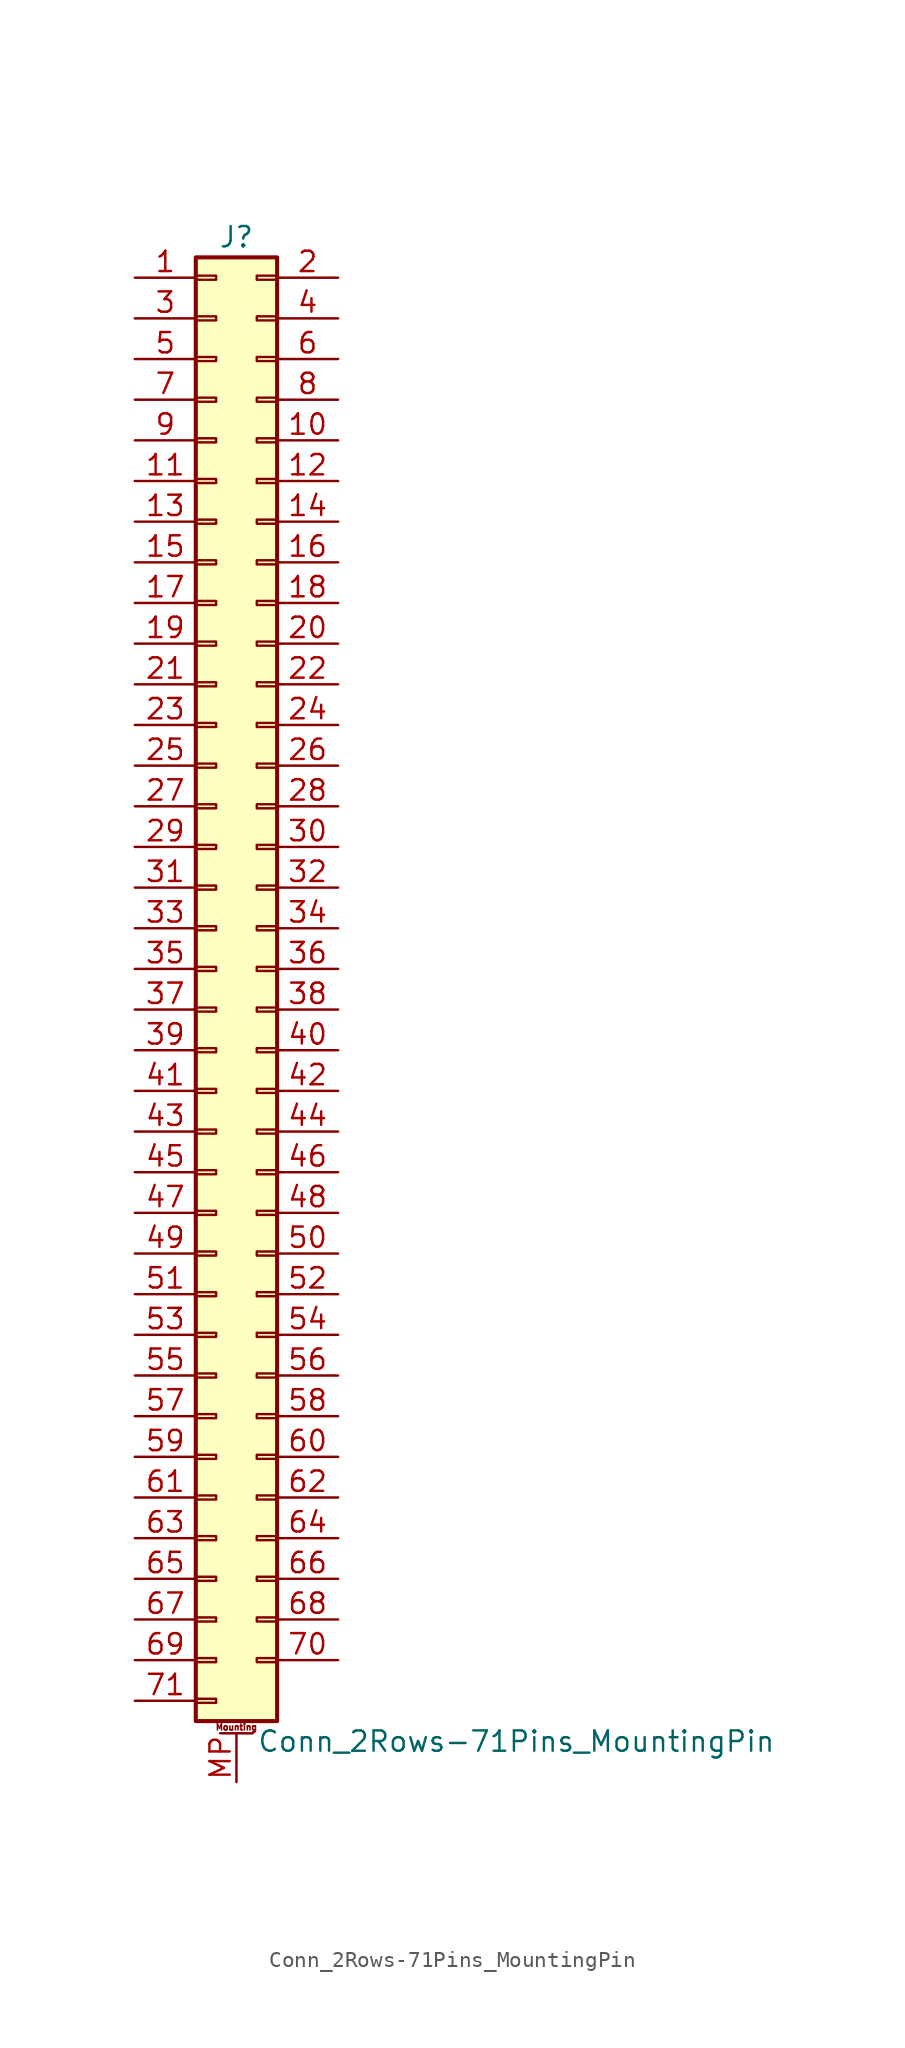
<source format=kicad_sym>
(kicad_symbol_lib
  (version 20200908)
  (generator kicad_symbol_editor)
  (symbol "Connector_Generic_MountingPin:Conn_2Rows-71Pins_MountingPin"
    (pin_names
      (offset 1.016) hide)
    (property "Reference" "J"
      (at 1.27 45.72 0)
      (effects (font (size 1.27 1.27))))
    (property "Value" "Conn_2Rows-71Pins_MountingPin"
      (at 2.54 -48.26 0)
      (effects (font (size 1.27 1.27)) (justify left)))
    (symbol "Conn_2Rows-71Pins_MountingPin_1_1"
      (text "Mounting" (at 1.27 -47.371 0) (effects (font (size 0.381 0.381))))
      (rectangle (start -1.27 -27.813) (end 0 -28.067) (stroke (width 0.152)) (fill (type none)))
      (rectangle (start -1.27 -30.353) (end 0 -30.607) (stroke (width 0.152)) (fill (type none)))
      (rectangle (start -1.27 -32.893) (end 0 -33.147) (stroke (width 0.152)) (fill (type none)))
      (rectangle (start -1.27 -35.433) (end 0 -35.687) (stroke (width 0.152)) (fill (type none)))
      (rectangle (start -1.27 -37.973) (end 0 -38.227) (stroke (width 0.152)) (fill (type none)))
      (rectangle (start -1.27 -40.513) (end 0 -40.767) (stroke (width 0.152)) (fill (type none)))
      (rectangle (start -1.27 -43.053) (end 0 -43.307) (stroke (width 0.152)) (fill (type none)))
      (rectangle (start -1.27 -45.593) (end 0 -45.847) (stroke (width 0.152)) (fill (type none)))
      (rectangle (start -1.27 -4.953) (end 0 -5.207) (stroke (width 0.152)) (fill (type none)))
      (rectangle (start -1.27 -7.493) (end 0 -7.747) (stroke (width 0.152)) (fill (type none)))
      (rectangle (start -1.27 -10.033) (end 0 -10.287) (stroke (width 0.152)) (fill (type none)))
      (rectangle (start -1.27 -12.573) (end 0 -12.827) (stroke (width 0.152)) (fill (type none)))
      (rectangle (start -1.27 -15.113) (end 0 -15.367) (stroke (width 0.152)) (fill (type none)))
      (rectangle (start -1.27 -17.653) (end 0 -17.907) (stroke (width 0.152)) (fill (type none)))
      (rectangle (start -1.27 -20.193) (end 0 -20.447) (stroke (width 0.152)) (fill (type none)))
      (rectangle (start -1.27 -22.733) (end 0 -22.987) (stroke (width 0.152)) (fill (type none)))
      (rectangle (start -1.27 -2.413) (end 0 -2.667) (stroke (width 0.152)) (fill (type none)))
      (rectangle (start -1.27 -25.273) (end 0 -25.527) (stroke (width 0.152)) (fill (type none)))
      (rectangle (start -1.27 25.527) (end 0 25.273) (stroke (width 0.152)) (fill (type none)))
      (rectangle (start -1.27 2.667) (end 0 2.413) (stroke (width 0.152)) (fill (type none)))
      (rectangle (start -1.27 28.067) (end 0 27.813) (stroke (width 0.152)) (fill (type none)))
      (rectangle (start -1.27 30.607) (end 0 30.353) (stroke (width 0.152)) (fill (type none)))
      (rectangle (start -1.27 33.147) (end 0 32.893) (stroke (width 0.152)) (fill (type none)))
      (rectangle (start -1.27 35.687) (end 0 35.433) (stroke (width 0.152)) (fill (type none)))
      (rectangle (start -1.27 38.227) (end 0 37.973) (stroke (width 0.152)) (fill (type none)))
      (rectangle (start -1.27 40.767) (end 0 40.513) (stroke (width 0.152)) (fill (type none)))
      (rectangle (start -1.27 43.307) (end 0 43.053) (stroke (width 0.152)) (fill (type none)))
      (rectangle (start -1.27 44.45) (end 3.81 -46.99) (stroke (width 0.254)) (fill (type background)))
      (rectangle (start -1.27 5.207) (end 0 4.953) (stroke (width 0.152)) (fill (type none)))
      (rectangle (start -1.27 7.747) (end 0 7.493) (stroke (width 0.152)) (fill (type none)))
      (rectangle (start -1.27 10.287) (end 0 10.033) (stroke (width 0.152)) (fill (type none)))
      (rectangle (start -1.27 0.127) (end 0 -0.127) (stroke (width 0.152)) (fill (type none)))
      (rectangle (start -1.27 12.827) (end 0 12.573) (stroke (width 0.152)) (fill (type none)))
      (rectangle (start -1.27 15.367) (end 0 15.113) (stroke (width 0.152)) (fill (type none)))
      (rectangle (start -1.27 17.907) (end 0 17.653) (stroke (width 0.152)) (fill (type none)))
      (rectangle (start -1.27 20.447) (end 0 20.193) (stroke (width 0.152)) (fill (type none)))
      (rectangle (start -1.27 22.987) (end 0 22.733) (stroke (width 0.152)) (fill (type none)))
      (rectangle (start 3.81 -27.813) (end 2.54 -28.067) (stroke (width 0.152)) (fill (type none)))
      (rectangle (start 3.81 -30.353) (end 2.54 -30.607) (stroke (width 0.152)) (fill (type none)))
      (rectangle (start 3.81 -32.893) (end 2.54 -33.147) (stroke (width 0.152)) (fill (type none)))
      (rectangle (start 3.81 -35.433) (end 2.54 -35.687) (stroke (width 0.152)) (fill (type none)))
      (rectangle (start 3.81 -37.973) (end 2.54 -38.227) (stroke (width 0.152)) (fill (type none)))
      (rectangle (start 3.81 -40.513) (end 2.54 -40.767) (stroke (width 0.152)) (fill (type none)))
      (rectangle (start 3.81 -43.053) (end 2.54 -43.307) (stroke (width 0.152)) (fill (type none)))
      (rectangle (start 3.81 -4.953) (end 2.54 -5.207) (stroke (width 0.152)) (fill (type none)))
      (rectangle (start 3.81 -7.493) (end 2.54 -7.747) (stroke (width 0.152)) (fill (type none)))
      (rectangle (start 3.81 -10.033) (end 2.54 -10.287) (stroke (width 0.152)) (fill (type none)))
      (rectangle (start 3.81 -12.573) (end 2.54 -12.827) (stroke (width 0.152)) (fill (type none)))
      (rectangle (start 3.81 -15.113) (end 2.54 -15.367) (stroke (width 0.152)) (fill (type none)))
      (rectangle (start 3.81 -17.653) (end 2.54 -17.907) (stroke (width 0.152)) (fill (type none)))
      (rectangle (start 3.81 -20.193) (end 2.54 -20.447) (stroke (width 0.152)) (fill (type none)))
      (rectangle (start 3.81 -22.733) (end 2.54 -22.987) (stroke (width 0.152)) (fill (type none)))
      (rectangle (start 3.81 -2.413) (end 2.54 -2.667) (stroke (width 0.152)) (fill (type none)))
      (rectangle (start 3.81 -25.273) (end 2.54 -25.527) (stroke (width 0.152)) (fill (type none)))
      (rectangle (start 3.81 25.527) (end 2.54 25.273) (stroke (width 0.152)) (fill (type none)))
      (rectangle (start 3.81 2.667) (end 2.54 2.413) (stroke (width 0.152)) (fill (type none)))
      (rectangle (start 3.81 28.067) (end 2.54 27.813) (stroke (width 0.152)) (fill (type none)))
      (rectangle (start 3.81 30.607) (end 2.54 30.353) (stroke (width 0.152)) (fill (type none)))
      (rectangle (start 3.81 33.147) (end 2.54 32.893) (stroke (width 0.152)) (fill (type none)))
      (rectangle (start 3.81 35.687) (end 2.54 35.433) (stroke (width 0.152)) (fill (type none)))
      (rectangle (start 3.81 38.227) (end 2.54 37.973) (stroke (width 0.152)) (fill (type none)))
      (rectangle (start 3.81 40.767) (end 2.54 40.513) (stroke (width 0.152)) (fill (type none)))
      (rectangle (start 3.81 43.307) (end 2.54 43.053) (stroke (width 0.152)) (fill (type none)))
      (rectangle (start 3.81 5.207) (end 2.54 4.953) (stroke (width 0.152)) (fill (type none)))
      (rectangle (start 3.81 7.747) (end 2.54 7.493) (stroke (width 0.152)) (fill (type none)))
      (rectangle (start 3.81 10.287) (end 2.54 10.033) (stroke (width 0.152)) (fill (type none)))
      (rectangle (start 3.81 0.127) (end 2.54 -0.127) (stroke (width 0.152)) (fill (type none)))
      (rectangle (start 3.81 12.827) (end 2.54 12.573) (stroke (width 0.152)) (fill (type none)))
      (rectangle (start 3.81 15.367) (end 2.54 15.113) (stroke (width 0.152)) (fill (type none)))
      (rectangle (start 3.81 17.907) (end 2.54 17.653) (stroke (width 0.152)) (fill (type none)))
      (rectangle (start 3.81 20.447) (end 2.54 20.193) (stroke (width 0.152)) (fill (type none)))
      (rectangle (start 3.81 22.987) (end 2.54 22.733) (stroke (width 0.152)) (fill (type none)))
      (polyline (pts (xy 0.254 -47.752) (xy 2.286 -47.752)) (stroke (width 0.152)) (fill (type none)))
      (pin passive line (at 1.27 -50.8 90) (length 3.048) (name "MountPin" (effects (font (size 1.27 1.27)))) (number "MP" (effects (font (size 1.27 1.27)))))
      (pin passive line (at -5.08 43.18 0) (length 3.81) (name "Pin_1" (effects (font (size 1.27 1.27)))) (number "1" (effects (font (size 1.27 1.27)))))
      (pin passive line (at 7.62 33.02 180) (length 3.81) (name "Pin_10" (effects (font (size 1.27 1.27)))) (number "10" (effects (font (size 1.27 1.27)))))
      (pin passive line (at -5.08 30.48 0) (length 3.81) (name "Pin_11" (effects (font (size 1.27 1.27)))) (number "11" (effects (font (size 1.27 1.27)))))
      (pin passive line (at 7.62 30.48 180) (length 3.81) (name "Pin_12" (effects (font (size 1.27 1.27)))) (number "12" (effects (font (size 1.27 1.27)))))
      (pin passive line (at -5.08 27.94 0) (length 3.81) (name "Pin_13" (effects (font (size 1.27 1.27)))) (number "13" (effects (font (size 1.27 1.27)))))
      (pin passive line (at 7.62 27.94 180) (length 3.81) (name "Pin_14" (effects (font (size 1.27 1.27)))) (number "14" (effects (font (size 1.27 1.27)))))
      (pin passive line (at -5.08 25.4 0) (length 3.81) (name "Pin_15" (effects (font (size 1.27 1.27)))) (number "15" (effects (font (size 1.27 1.27)))))
      (pin passive line (at 7.62 25.4 180) (length 3.81) (name "Pin_16" (effects (font (size 1.27 1.27)))) (number "16" (effects (font (size 1.27 1.27)))))
      (pin passive line (at -5.08 22.86 0) (length 3.81) (name "Pin_17" (effects (font (size 1.27 1.27)))) (number "17" (effects (font (size 1.27 1.27)))))
      (pin passive line (at 7.62 22.86 180) (length 3.81) (name "Pin_18" (effects (font (size 1.27 1.27)))) (number "18" (effects (font (size 1.27 1.27)))))
      (pin passive line (at -5.08 20.32 0) (length 3.81) (name "Pin_19" (effects (font (size 1.27 1.27)))) (number "19" (effects (font (size 1.27 1.27)))))
      (pin passive line (at 7.62 43.18 180) (length 3.81) (name "Pin_2" (effects (font (size 1.27 1.27)))) (number "2" (effects (font (size 1.27 1.27)))))
      (pin passive line (at 7.62 20.32 180) (length 3.81) (name "Pin_20" (effects (font (size 1.27 1.27)))) (number "20" (effects (font (size 1.27 1.27)))))
      (pin passive line (at -5.08 17.78 0) (length 3.81) (name "Pin_21" (effects (font (size 1.27 1.27)))) (number "21" (effects (font (size 1.27 1.27)))))
      (pin passive line (at 7.62 17.78 180) (length 3.81) (name "Pin_22" (effects (font (size 1.27 1.27)))) (number "22" (effects (font (size 1.27 1.27)))))
      (pin passive line (at -5.08 15.24 0) (length 3.81) (name "Pin_23" (effects (font (size 1.27 1.27)))) (number "23" (effects (font (size 1.27 1.27)))))
      (pin passive line (at 7.62 15.24 180) (length 3.81) (name "Pin_24" (effects (font (size 1.27 1.27)))) (number "24" (effects (font (size 1.27 1.27)))))
      (pin passive line (at -5.08 12.7 0) (length 3.81) (name "Pin_25" (effects (font (size 1.27 1.27)))) (number "25" (effects (font (size 1.27 1.27)))))
      (pin passive line (at 7.62 12.7 180) (length 3.81) (name "Pin_26" (effects (font (size 1.27 1.27)))) (number "26" (effects (font (size 1.27 1.27)))))
      (pin passive line (at -5.08 10.16 0) (length 3.81) (name "Pin_27" (effects (font (size 1.27 1.27)))) (number "27" (effects (font (size 1.27 1.27)))))
      (pin passive line (at 7.62 10.16 180) (length 3.81) (name "Pin_28" (effects (font (size 1.27 1.27)))) (number "28" (effects (font (size 1.27 1.27)))))
      (pin passive line (at -5.08 7.62 0) (length 3.81) (name "Pin_29" (effects (font (size 1.27 1.27)))) (number "29" (effects (font (size 1.27 1.27)))))
      (pin passive line (at -5.08 40.64 0) (length 3.81) (name "Pin_3" (effects (font (size 1.27 1.27)))) (number "3" (effects (font (size 1.27 1.27)))))
      (pin passive line (at 7.62 7.62 180) (length 3.81) (name "Pin_30" (effects (font (size 1.27 1.27)))) (number "30" (effects (font (size 1.27 1.27)))))
      (pin passive line (at -5.08 5.08 0) (length 3.81) (name "Pin_31" (effects (font (size 1.27 1.27)))) (number "31" (effects (font (size 1.27 1.27)))))
      (pin passive line (at 7.62 5.08 180) (length 3.81) (name "Pin_32" (effects (font (size 1.27 1.27)))) (number "32" (effects (font (size 1.27 1.27)))))
      (pin passive line (at -5.08 2.54 0) (length 3.81) (name "Pin_33" (effects (font (size 1.27 1.27)))) (number "33" (effects (font (size 1.27 1.27)))))
      (pin passive line (at 7.62 2.54 180) (length 3.81) (name "Pin_34" (effects (font (size 1.27 1.27)))) (number "34" (effects (font (size 1.27 1.27)))))
      (pin passive line (at -5.08 0 0) (length 3.81) (name "Pin_35" (effects (font (size 1.27 1.27)))) (number "35" (effects (font (size 1.27 1.27)))))
      (pin passive line (at 7.62 0 180) (length 3.81) (name "Pin_36" (effects (font (size 1.27 1.27)))) (number "36" (effects (font (size 1.27 1.27)))))
      (pin passive line (at -5.08 -2.54 0) (length 3.81) (name "Pin_37" (effects (font (size 1.27 1.27)))) (number "37" (effects (font (size 1.27 1.27)))))
      (pin passive line (at 7.62 -2.54 180) (length 3.81) (name "Pin_38" (effects (font (size 1.27 1.27)))) (number "38" (effects (font (size 1.27 1.27)))))
      (pin passive line (at -5.08 -5.08 0) (length 3.81) (name "Pin_39" (effects (font (size 1.27 1.27)))) (number "39" (effects (font (size 1.27 1.27)))))
      (pin passive line (at 7.62 40.64 180) (length 3.81) (name "Pin_4" (effects (font (size 1.27 1.27)))) (number "4" (effects (font (size 1.27 1.27)))))
      (pin passive line (at 7.62 -5.08 180) (length 3.81) (name "Pin_40" (effects (font (size 1.27 1.27)))) (number "40" (effects (font (size 1.27 1.27)))))
      (pin passive line (at -5.08 -7.62 0) (length 3.81) (name "Pin_41" (effects (font (size 1.27 1.27)))) (number "41" (effects (font (size 1.27 1.27)))))
      (pin passive line (at 7.62 -7.62 180) (length 3.81) (name "Pin_42" (effects (font (size 1.27 1.27)))) (number "42" (effects (font (size 1.27 1.27)))))
      (pin passive line (at -5.08 -10.16 0) (length 3.81) (name "Pin_43" (effects (font (size 1.27 1.27)))) (number "43" (effects (font (size 1.27 1.27)))))
      (pin passive line (at 7.62 -10.16 180) (length 3.81) (name "Pin_44" (effects (font (size 1.27 1.27)))) (number "44" (effects (font (size 1.27 1.27)))))
      (pin passive line (at -5.08 -12.7 0) (length 3.81) (name "Pin_45" (effects (font (size 1.27 1.27)))) (number "45" (effects (font (size 1.27 1.27)))))
      (pin passive line (at 7.62 -12.7 180) (length 3.81) (name "Pin_46" (effects (font (size 1.27 1.27)))) (number "46" (effects (font (size 1.27 1.27)))))
      (pin passive line (at -5.08 -15.24 0) (length 3.81) (name "Pin_47" (effects (font (size 1.27 1.27)))) (number "47" (effects (font (size 1.27 1.27)))))
      (pin passive line (at 7.62 -15.24 180) (length 3.81) (name "Pin_48" (effects (font (size 1.27 1.27)))) (number "48" (effects (font (size 1.27 1.27)))))
      (pin passive line (at -5.08 -17.78 0) (length 3.81) (name "Pin_49" (effects (font (size 1.27 1.27)))) (number "49" (effects (font (size 1.27 1.27)))))
      (pin passive line (at -5.08 38.1 0) (length 3.81) (name "Pin_5" (effects (font (size 1.27 1.27)))) (number "5" (effects (font (size 1.27 1.27)))))
      (pin passive line (at 7.62 -17.78 180) (length 3.81) (name "Pin_50" (effects (font (size 1.27 1.27)))) (number "50" (effects (font (size 1.27 1.27)))))
      (pin passive line (at -5.08 -20.32 0) (length 3.81) (name "Pin_51" (effects (font (size 1.27 1.27)))) (number "51" (effects (font (size 1.27 1.27)))))
      (pin passive line (at 7.62 -20.32 180) (length 3.81) (name "Pin_52" (effects (font (size 1.27 1.27)))) (number "52" (effects (font (size 1.27 1.27)))))
      (pin passive line (at -5.08 -22.86 0) (length 3.81) (name "Pin_53" (effects (font (size 1.27 1.27)))) (number "53" (effects (font (size 1.27 1.27)))))
      (pin passive line (at 7.62 -22.86 180) (length 3.81) (name "Pin_54" (effects (font (size 1.27 1.27)))) (number "54" (effects (font (size 1.27 1.27)))))
      (pin passive line (at -5.08 -25.4 0) (length 3.81) (name "Pin_55" (effects (font (size 1.27 1.27)))) (number "55" (effects (font (size 1.27 1.27)))))
      (pin passive line (at 7.62 -25.4 180) (length 3.81) (name "Pin_56" (effects (font (size 1.27 1.27)))) (number "56" (effects (font (size 1.27 1.27)))))
      (pin passive line (at -5.08 -27.94 0) (length 3.81) (name "Pin_57" (effects (font (size 1.27 1.27)))) (number "57" (effects (font (size 1.27 1.27)))))
      (pin passive line (at 7.62 -27.94 180) (length 3.81) (name "Pin_58" (effects (font (size 1.27 1.27)))) (number "58" (effects (font (size 1.27 1.27)))))
      (pin passive line (at -5.08 -30.48 0) (length 3.81) (name "Pin_59" (effects (font (size 1.27 1.27)))) (number "59" (effects (font (size 1.27 1.27)))))
      (pin passive line (at 7.62 38.1 180) (length 3.81) (name "Pin_6" (effects (font (size 1.27 1.27)))) (number "6" (effects (font (size 1.27 1.27)))))
      (pin passive line (at 7.62 -30.48 180) (length 3.81) (name "Pin_60" (effects (font (size 1.27 1.27)))) (number "60" (effects (font (size 1.27 1.27)))))
      (pin passive line (at -5.08 -33.02 0) (length 3.81) (name "Pin_61" (effects (font (size 1.27 1.27)))) (number "61" (effects (font (size 1.27 1.27)))))
      (pin passive line (at 7.62 -33.02 180) (length 3.81) (name "Pin_62" (effects (font (size 1.27 1.27)))) (number "62" (effects (font (size 1.27 1.27)))))
      (pin passive line (at -5.08 -35.56 0) (length 3.81) (name "Pin_63" (effects (font (size 1.27 1.27)))) (number "63" (effects (font (size 1.27 1.27)))))
      (pin passive line (at 7.62 -35.56 180) (length 3.81) (name "Pin_64" (effects (font (size 1.27 1.27)))) (number "64" (effects (font (size 1.27 1.27)))))
      (pin passive line (at -5.08 -38.1 0) (length 3.81) (name "Pin_65" (effects (font (size 1.27 1.27)))) (number "65" (effects (font (size 1.27 1.27)))))
      (pin passive line (at 7.62 -38.1 180) (length 3.81) (name "Pin_66" (effects (font (size 1.27 1.27)))) (number "66" (effects (font (size 1.27 1.27)))))
      (pin passive line (at -5.08 -40.64 0) (length 3.81) (name "Pin_67" (effects (font (size 1.27 1.27)))) (number "67" (effects (font (size 1.27 1.27)))))
      (pin passive line (at 7.62 -40.64 180) (length 3.81) (name "Pin_68" (effects (font (size 1.27 1.27)))) (number "68" (effects (font (size 1.27 1.27)))))
      (pin passive line (at -5.08 -43.18 0) (length 3.81) (name "Pin_69" (effects (font (size 1.27 1.27)))) (number "69" (effects (font (size 1.27 1.27)))))
      (pin passive line (at -5.08 35.56 0) (length 3.81) (name "Pin_7" (effects (font (size 1.27 1.27)))) (number "7" (effects (font (size 1.27 1.27)))))
      (pin passive line (at 7.62 -43.18 180) (length 3.81) (name "Pin_70" (effects (font (size 1.27 1.27)))) (number "70" (effects (font (size 1.27 1.27)))))
      (pin passive line (at -5.08 -45.72 0) (length 3.81) (name "Pin_71" (effects (font (size 1.27 1.27)))) (number "71" (effects (font (size 1.27 1.27)))))
      (pin passive line (at 7.62 35.56 180) (length 3.81) (name "Pin_8" (effects (font (size 1.27 1.27)))) (number "8" (effects (font (size 1.27 1.27)))))
      (pin passive line (at -5.08 33.02 0) (length 3.81) (name "Pin_9" (effects (font (size 1.27 1.27)))) (number "9" (effects (font (size 1.27 1.27))))))))
</source>
